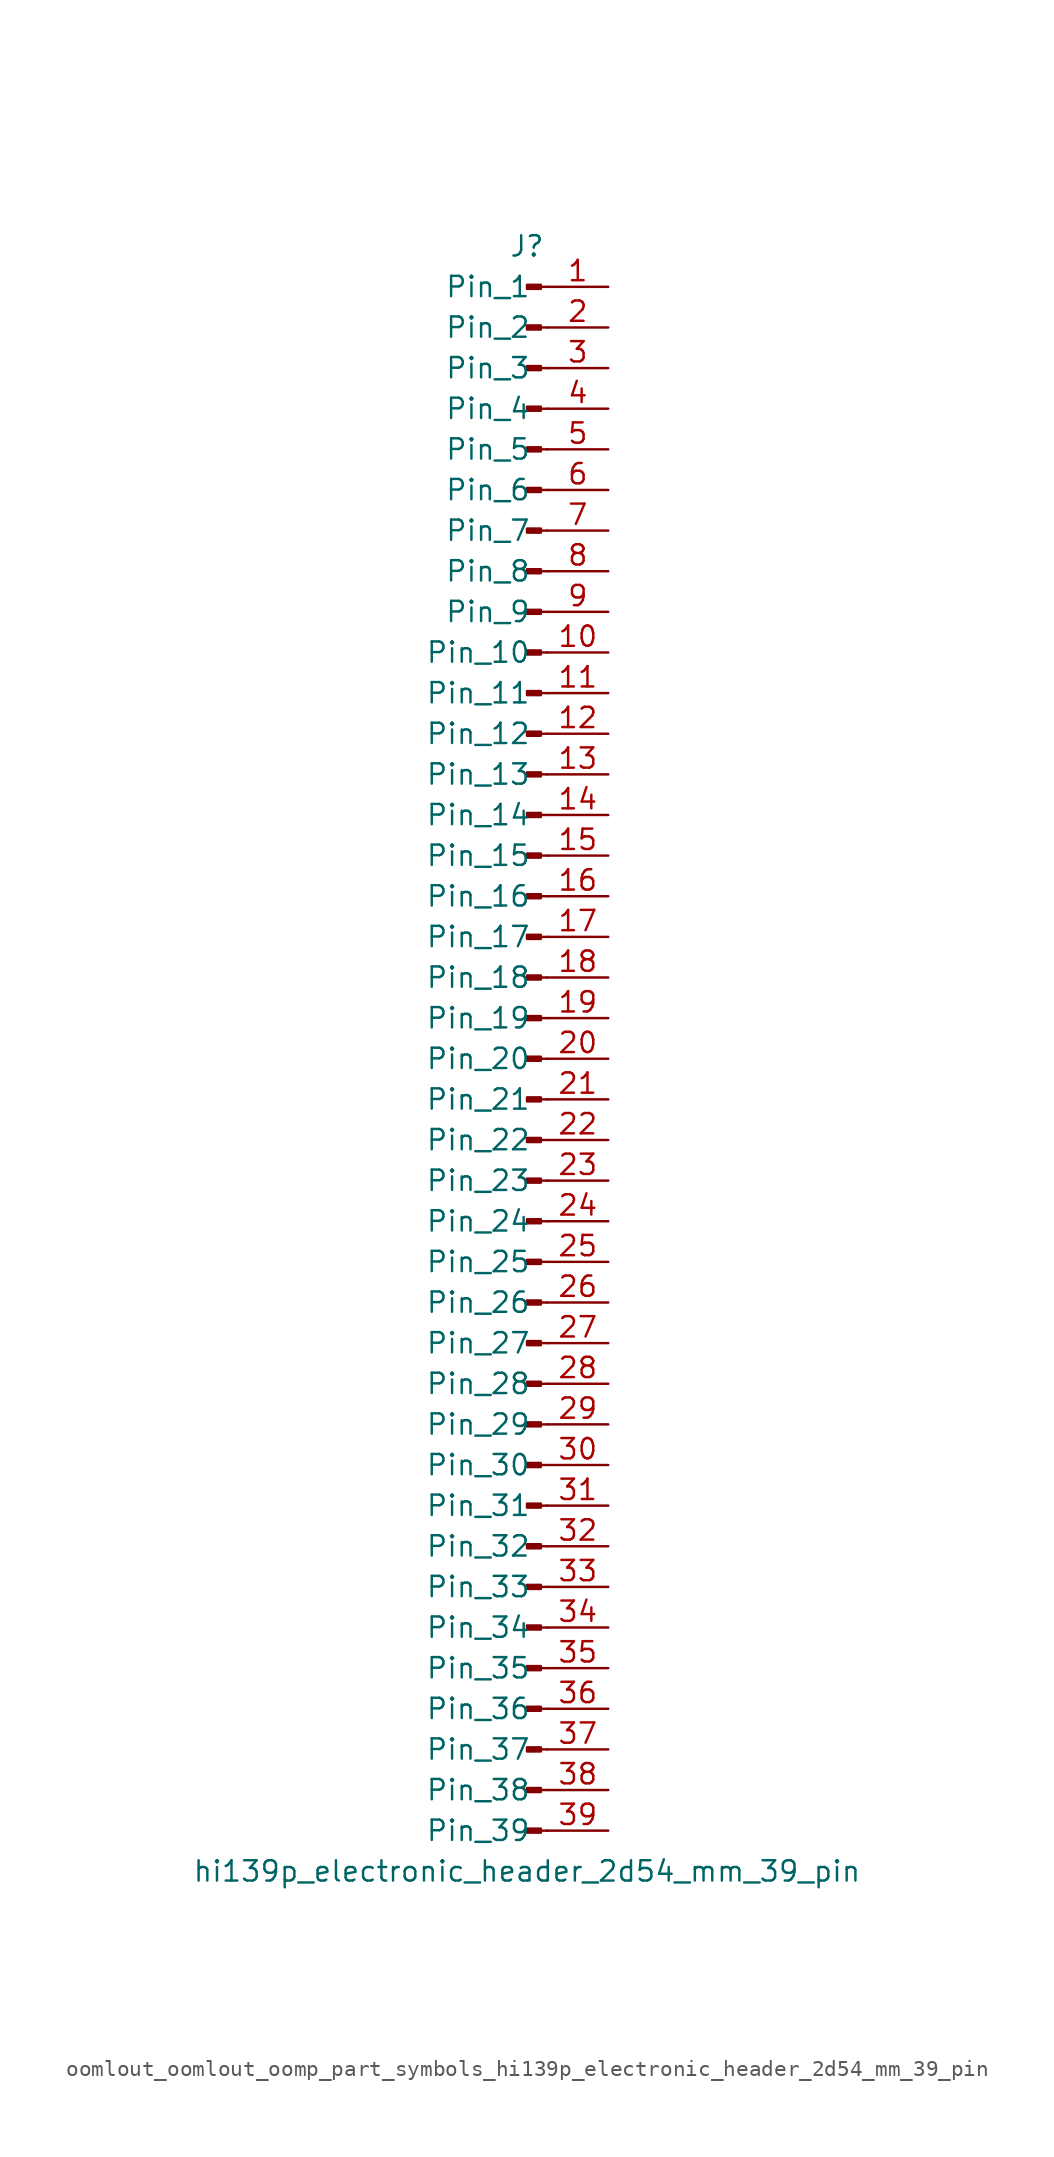
<source format=kicad_sym>
(kicad_symbol_lib
  (version 20220914)
  (generator kicad_symbol_editor)
  (symbol "oomlout_oomlout_oomp_part_symbols_hi139p_electronic_header_2d54_mm_39_pin"
    (pin_names
      (offset 1.016))
    (property "Reference" "J"
      (at 0 50.8 0)
      (effects (font (size 1.27 1.27))))
    (property "Value" "hi139p_electronic_header_2d54_mm_39_pin"
      (at 0 -50.8 0)
      (effects (font (size 1.27 1.27))))
    (property "ki_locked" ""
      (at 0 0 0)
      (effects (font (size 1.27 1.27))))
    (symbol "oomlout_oomlout_oomp_part_symbols_hi139p_electronic_header_2d54_mm_39_pin_1_1"
      (polyline (pts (xy 1.27 -48.26) (xy 0.864 -48.26)) (stroke (width 0.152) (type default)) (fill (type none)))
      (polyline (pts (xy 1.27 -45.72) (xy 0.864 -45.72)) (stroke (width 0.152) (type default)) (fill (type none)))
      (polyline (pts (xy 1.27 -43.18) (xy 0.864 -43.18)) (stroke (width 0.152) (type default)) (fill (type none)))
      (polyline (pts (xy 1.27 -40.64) (xy 0.864 -40.64)) (stroke (width 0.152) (type default)) (fill (type none)))
      (polyline (pts (xy 1.27 -38.1) (xy 0.864 -38.1)) (stroke (width 0.152) (type default)) (fill (type none)))
      (polyline (pts (xy 1.27 -35.56) (xy 0.864 -35.56)) (stroke (width 0.152) (type default)) (fill (type none)))
      (polyline (pts (xy 1.27 -33.02) (xy 0.864 -33.02)) (stroke (width 0.152) (type default)) (fill (type none)))
      (polyline (pts (xy 1.27 -30.48) (xy 0.864 -30.48)) (stroke (width 0.152) (type default)) (fill (type none)))
      (polyline (pts (xy 1.27 -27.94) (xy 0.864 -27.94)) (stroke (width 0.152) (type default)) (fill (type none)))
      (polyline (pts (xy 1.27 -25.4) (xy 0.864 -25.4)) (stroke (width 0.152) (type default)) (fill (type none)))
      (polyline (pts (xy 1.27 -22.86) (xy 0.864 -22.86)) (stroke (width 0.152) (type default)) (fill (type none)))
      (polyline (pts (xy 1.27 -20.32) (xy 0.864 -20.32)) (stroke (width 0.152) (type default)) (fill (type none)))
      (polyline (pts (xy 1.27 -17.78) (xy 0.864 -17.78)) (stroke (width 0.152) (type default)) (fill (type none)))
      (polyline (pts (xy 1.27 -15.24) (xy 0.864 -15.24)) (stroke (width 0.152) (type default)) (fill (type none)))
      (polyline (pts (xy 1.27 -12.7) (xy 0.864 -12.7)) (stroke (width 0.152) (type default)) (fill (type none)))
      (polyline (pts (xy 1.27 -10.16) (xy 0.864 -10.16)) (stroke (width 0.152) (type default)) (fill (type none)))
      (polyline (pts (xy 1.27 -7.62) (xy 0.864 -7.62)) (stroke (width 0.152) (type default)) (fill (type none)))
      (polyline (pts (xy 1.27 -5.08) (xy 0.864 -5.08)) (stroke (width 0.152) (type default)) (fill (type none)))
      (polyline (pts (xy 1.27 -2.54) (xy 0.864 -2.54)) (stroke (width 0.152) (type default)) (fill (type none)))
      (polyline (pts (xy 1.27 0) (xy 0.864 0)) (stroke (width 0.152) (type default)) (fill (type none)))
      (polyline (pts (xy 1.27 2.54) (xy 0.864 2.54)) (stroke (width 0.152) (type default)) (fill (type none)))
      (polyline (pts (xy 1.27 5.08) (xy 0.864 5.08)) (stroke (width 0.152) (type default)) (fill (type none)))
      (polyline (pts (xy 1.27 7.62) (xy 0.864 7.62)) (stroke (width 0.152) (type default)) (fill (type none)))
      (polyline (pts (xy 1.27 10.16) (xy 0.864 10.16)) (stroke (width 0.152) (type default)) (fill (type none)))
      (polyline (pts (xy 1.27 12.7) (xy 0.864 12.7)) (stroke (width 0.152) (type default)) (fill (type none)))
      (polyline (pts (xy 1.27 15.24) (xy 0.864 15.24)) (stroke (width 0.152) (type default)) (fill (type none)))
      (polyline (pts (xy 1.27 17.78) (xy 0.864 17.78)) (stroke (width 0.152) (type default)) (fill (type none)))
      (polyline (pts (xy 1.27 20.32) (xy 0.864 20.32)) (stroke (width 0.152) (type default)) (fill (type none)))
      (polyline (pts (xy 1.27 22.86) (xy 0.864 22.86)) (stroke (width 0.152) (type default)) (fill (type none)))
      (polyline (pts (xy 1.27 25.4) (xy 0.864 25.4)) (stroke (width 0.152) (type default)) (fill (type none)))
      (polyline (pts (xy 1.27 27.94) (xy 0.864 27.94)) (stroke (width 0.152) (type default)) (fill (type none)))
      (polyline (pts (xy 1.27 30.48) (xy 0.864 30.48)) (stroke (width 0.152) (type default)) (fill (type none)))
      (polyline (pts (xy 1.27 33.02) (xy 0.864 33.02)) (stroke (width 0.152) (type default)) (fill (type none)))
      (polyline (pts (xy 1.27 35.56) (xy 0.864 35.56)) (stroke (width 0.152) (type default)) (fill (type none)))
      (polyline (pts (xy 1.27 38.1) (xy 0.864 38.1)) (stroke (width 0.152) (type default)) (fill (type none)))
      (polyline (pts (xy 1.27 40.64) (xy 0.864 40.64)) (stroke (width 0.152) (type default)) (fill (type none)))
      (polyline (pts (xy 1.27 43.18) (xy 0.864 43.18)) (stroke (width 0.152) (type default)) (fill (type none)))
      (polyline (pts (xy 1.27 45.72) (xy 0.864 45.72)) (stroke (width 0.152) (type default)) (fill (type none)))
      (polyline (pts (xy 1.27 48.26) (xy 0.864 48.26)) (stroke (width 0.152) (type default)) (fill (type none)))
      (rectangle (start 0.864 -48.133) (end 0 -48.387) (stroke (width 0.152) (type default)) (fill (type outline)))
      (rectangle (start 0.864 -45.593) (end 0 -45.847) (stroke (width 0.152) (type default)) (fill (type outline)))
      (rectangle (start 0.864 -43.053) (end 0 -43.307) (stroke (width 0.152) (type default)) (fill (type outline)))
      (rectangle (start 0.864 -40.513) (end 0 -40.767) (stroke (width 0.152) (type default)) (fill (type outline)))
      (rectangle (start 0.864 -37.973) (end 0 -38.227) (stroke (width 0.152) (type default)) (fill (type outline)))
      (rectangle (start 0.864 -35.433) (end 0 -35.687) (stroke (width 0.152) (type default)) (fill (type outline)))
      (rectangle (start 0.864 -32.893) (end 0 -33.147) (stroke (width 0.152) (type default)) (fill (type outline)))
      (rectangle (start 0.864 -30.353) (end 0 -30.607) (stroke (width 0.152) (type default)) (fill (type outline)))
      (rectangle (start 0.864 -27.813) (end 0 -28.067) (stroke (width 0.152) (type default)) (fill (type outline)))
      (rectangle (start 0.864 -25.273) (end 0 -25.527) (stroke (width 0.152) (type default)) (fill (type outline)))
      (rectangle (start 0.864 -22.733) (end 0 -22.987) (stroke (width 0.152) (type default)) (fill (type outline)))
      (rectangle (start 0.864 -20.193) (end 0 -20.447) (stroke (width 0.152) (type default)) (fill (type outline)))
      (rectangle (start 0.864 -17.653) (end 0 -17.907) (stroke (width 0.152) (type default)) (fill (type outline)))
      (rectangle (start 0.864 -15.113) (end 0 -15.367) (stroke (width 0.152) (type default)) (fill (type outline)))
      (rectangle (start 0.864 -12.573) (end 0 -12.827) (stroke (width 0.152) (type default)) (fill (type outline)))
      (rectangle (start 0.864 -10.033) (end 0 -10.287) (stroke (width 0.152) (type default)) (fill (type outline)))
      (rectangle (start 0.864 -7.493) (end 0 -7.747) (stroke (width 0.152) (type default)) (fill (type outline)))
      (rectangle (start 0.864 -4.953) (end 0 -5.207) (stroke (width 0.152) (type default)) (fill (type outline)))
      (rectangle (start 0.864 -2.413) (end 0 -2.667) (stroke (width 0.152) (type default)) (fill (type outline)))
      (rectangle (start 0.864 0.127) (end 0 -0.127) (stroke (width 0.152) (type default)) (fill (type outline)))
      (rectangle (start 0.864 2.667) (end 0 2.413) (stroke (width 0.152) (type default)) (fill (type outline)))
      (rectangle (start 0.864 5.207) (end 0 4.953) (stroke (width 0.152) (type default)) (fill (type outline)))
      (rectangle (start 0.864 7.747) (end 0 7.493) (stroke (width 0.152) (type default)) (fill (type outline)))
      (rectangle (start 0.864 10.287) (end 0 10.033) (stroke (width 0.152) (type default)) (fill (type outline)))
      (rectangle (start 0.864 12.827) (end 0 12.573) (stroke (width 0.152) (type default)) (fill (type outline)))
      (rectangle (start 0.864 15.367) (end 0 15.113) (stroke (width 0.152) (type default)) (fill (type outline)))
      (rectangle (start 0.864 17.907) (end 0 17.653) (stroke (width 0.152) (type default)) (fill (type outline)))
      (rectangle (start 0.864 20.447) (end 0 20.193) (stroke (width 0.152) (type default)) (fill (type outline)))
      (rectangle (start 0.864 22.987) (end 0 22.733) (stroke (width 0.152) (type default)) (fill (type outline)))
      (rectangle (start 0.864 25.527) (end 0 25.273) (stroke (width 0.152) (type default)) (fill (type outline)))
      (rectangle (start 0.864 28.067) (end 0 27.813) (stroke (width 0.152) (type default)) (fill (type outline)))
      (rectangle (start 0.864 30.607) (end 0 30.353) (stroke (width 0.152) (type default)) (fill (type outline)))
      (rectangle (start 0.864 33.147) (end 0 32.893) (stroke (width 0.152) (type default)) (fill (type outline)))
      (rectangle (start 0.864 35.687) (end 0 35.433) (stroke (width 0.152) (type default)) (fill (type outline)))
      (rectangle (start 0.864 38.227) (end 0 37.973) (stroke (width 0.152) (type default)) (fill (type outline)))
      (rectangle (start 0.864 40.767) (end 0 40.513) (stroke (width 0.152) (type default)) (fill (type outline)))
      (rectangle (start 0.864 43.307) (end 0 43.053) (stroke (width 0.152) (type default)) (fill (type outline)))
      (rectangle (start 0.864 45.847) (end 0 45.593) (stroke (width 0.152) (type default)) (fill (type outline)))
      (rectangle (start 0.864 48.387) (end 0 48.133) (stroke (width 0.152) (type default)) (fill (type outline)))
      (pin passive line (at 5.08 48.26 180) (length 3.81) (name "Pin_1" (effects (font (size 1.27 1.27)))) (number "1" (effects (font (size 1.27 1.27)))))
      (pin passive line (at 5.08 25.4 180) (length 3.81) (name "Pin_10" (effects (font (size 1.27 1.27)))) (number "10" (effects (font (size 1.27 1.27)))))
      (pin passive line (at 5.08 22.86 180) (length 3.81) (name "Pin_11" (effects (font (size 1.27 1.27)))) (number "11" (effects (font (size 1.27 1.27)))))
      (pin passive line (at 5.08 20.32 180) (length 3.81) (name "Pin_12" (effects (font (size 1.27 1.27)))) (number "12" (effects (font (size 1.27 1.27)))))
      (pin passive line (at 5.08 17.78 180) (length 3.81) (name "Pin_13" (effects (font (size 1.27 1.27)))) (number "13" (effects (font (size 1.27 1.27)))))
      (pin passive line (at 5.08 15.24 180) (length 3.81) (name "Pin_14" (effects (font (size 1.27 1.27)))) (number "14" (effects (font (size 1.27 1.27)))))
      (pin passive line (at 5.08 12.7 180) (length 3.81) (name "Pin_15" (effects (font (size 1.27 1.27)))) (number "15" (effects (font (size 1.27 1.27)))))
      (pin passive line (at 5.08 10.16 180) (length 3.81) (name "Pin_16" (effects (font (size 1.27 1.27)))) (number "16" (effects (font (size 1.27 1.27)))))
      (pin passive line (at 5.08 7.62 180) (length 3.81) (name "Pin_17" (effects (font (size 1.27 1.27)))) (number "17" (effects (font (size 1.27 1.27)))))
      (pin passive line (at 5.08 5.08 180) (length 3.81) (name "Pin_18" (effects (font (size 1.27 1.27)))) (number "18" (effects (font (size 1.27 1.27)))))
      (pin passive line (at 5.08 2.54 180) (length 3.81) (name "Pin_19" (effects (font (size 1.27 1.27)))) (number "19" (effects (font (size 1.27 1.27)))))
      (pin passive line (at 5.08 45.72 180) (length 3.81) (name "Pin_2" (effects (font (size 1.27 1.27)))) (number "2" (effects (font (size 1.27 1.27)))))
      (pin passive line (at 5.08 0 180) (length 3.81) (name "Pin_20" (effects (font (size 1.27 1.27)))) (number "20" (effects (font (size 1.27 1.27)))))
      (pin passive line (at 5.08 -2.54 180) (length 3.81) (name "Pin_21" (effects (font (size 1.27 1.27)))) (number "21" (effects (font (size 1.27 1.27)))))
      (pin passive line (at 5.08 -5.08 180) (length 3.81) (name "Pin_22" (effects (font (size 1.27 1.27)))) (number "22" (effects (font (size 1.27 1.27)))))
      (pin passive line (at 5.08 -7.62 180) (length 3.81) (name "Pin_23" (effects (font (size 1.27 1.27)))) (number "23" (effects (font (size 1.27 1.27)))))
      (pin passive line (at 5.08 -10.16 180) (length 3.81) (name "Pin_24" (effects (font (size 1.27 1.27)))) (number "24" (effects (font (size 1.27 1.27)))))
      (pin passive line (at 5.08 -12.7 180) (length 3.81) (name "Pin_25" (effects (font (size 1.27 1.27)))) (number "25" (effects (font (size 1.27 1.27)))))
      (pin passive line (at 5.08 -15.24 180) (length 3.81) (name "Pin_26" (effects (font (size 1.27 1.27)))) (number "26" (effects (font (size 1.27 1.27)))))
      (pin passive line (at 5.08 -17.78 180) (length 3.81) (name "Pin_27" (effects (font (size 1.27 1.27)))) (number "27" (effects (font (size 1.27 1.27)))))
      (pin passive line (at 5.08 -20.32 180) (length 3.81) (name "Pin_28" (effects (font (size 1.27 1.27)))) (number "28" (effects (font (size 1.27 1.27)))))
      (pin passive line (at 5.08 -22.86 180) (length 3.81) (name "Pin_29" (effects (font (size 1.27 1.27)))) (number "29" (effects (font (size 1.27 1.27)))))
      (pin passive line (at 5.08 43.18 180) (length 3.81) (name "Pin_3" (effects (font (size 1.27 1.27)))) (number "3" (effects (font (size 1.27 1.27)))))
      (pin passive line (at 5.08 -25.4 180) (length 3.81) (name "Pin_30" (effects (font (size 1.27 1.27)))) (number "30" (effects (font (size 1.27 1.27)))))
      (pin passive line (at 5.08 -27.94 180) (length 3.81) (name "Pin_31" (effects (font (size 1.27 1.27)))) (number "31" (effects (font (size 1.27 1.27)))))
      (pin passive line (at 5.08 -30.48 180) (length 3.81) (name "Pin_32" (effects (font (size 1.27 1.27)))) (number "32" (effects (font (size 1.27 1.27)))))
      (pin passive line (at 5.08 -33.02 180) (length 3.81) (name "Pin_33" (effects (font (size 1.27 1.27)))) (number "33" (effects (font (size 1.27 1.27)))))
      (pin passive line (at 5.08 -35.56 180) (length 3.81) (name "Pin_34" (effects (font (size 1.27 1.27)))) (number "34" (effects (font (size 1.27 1.27)))))
      (pin passive line (at 5.08 -38.1 180) (length 3.81) (name "Pin_35" (effects (font (size 1.27 1.27)))) (number "35" (effects (font (size 1.27 1.27)))))
      (pin passive line (at 5.08 -40.64 180) (length 3.81) (name "Pin_36" (effects (font (size 1.27 1.27)))) (number "36" (effects (font (size 1.27 1.27)))))
      (pin passive line (at 5.08 -43.18 180) (length 3.81) (name "Pin_37" (effects (font (size 1.27 1.27)))) (number "37" (effects (font (size 1.27 1.27)))))
      (pin passive line (at 5.08 -45.72 180) (length 3.81) (name "Pin_38" (effects (font (size 1.27 1.27)))) (number "38" (effects (font (size 1.27 1.27)))))
      (pin passive line (at 5.08 -48.26 180) (length 3.81) (name "Pin_39" (effects (font (size 1.27 1.27)))) (number "39" (effects (font (size 1.27 1.27)))))
      (pin passive line (at 5.08 40.64 180) (length 3.81) (name "Pin_4" (effects (font (size 1.27 1.27)))) (number "4" (effects (font (size 1.27 1.27)))))
      (pin passive line (at 5.08 38.1 180) (length 3.81) (name "Pin_5" (effects (font (size 1.27 1.27)))) (number "5" (effects (font (size 1.27 1.27)))))
      (pin passive line (at 5.08 35.56 180) (length 3.81) (name "Pin_6" (effects (font (size 1.27 1.27)))) (number "6" (effects (font (size 1.27 1.27)))))
      (pin passive line (at 5.08 33.02 180) (length 3.81) (name "Pin_7" (effects (font (size 1.27 1.27)))) (number "7" (effects (font (size 1.27 1.27)))))
      (pin passive line (at 5.08 30.48 180) (length 3.81) (name "Pin_8" (effects (font (size 1.27 1.27)))) (number "8" (effects (font (size 1.27 1.27)))))
      (pin passive line (at 5.08 27.94 180) (length 3.81) (name "Pin_9" (effects (font (size 1.27 1.27)))) (number "9" (effects (font (size 1.27 1.27))))))))
</source>
